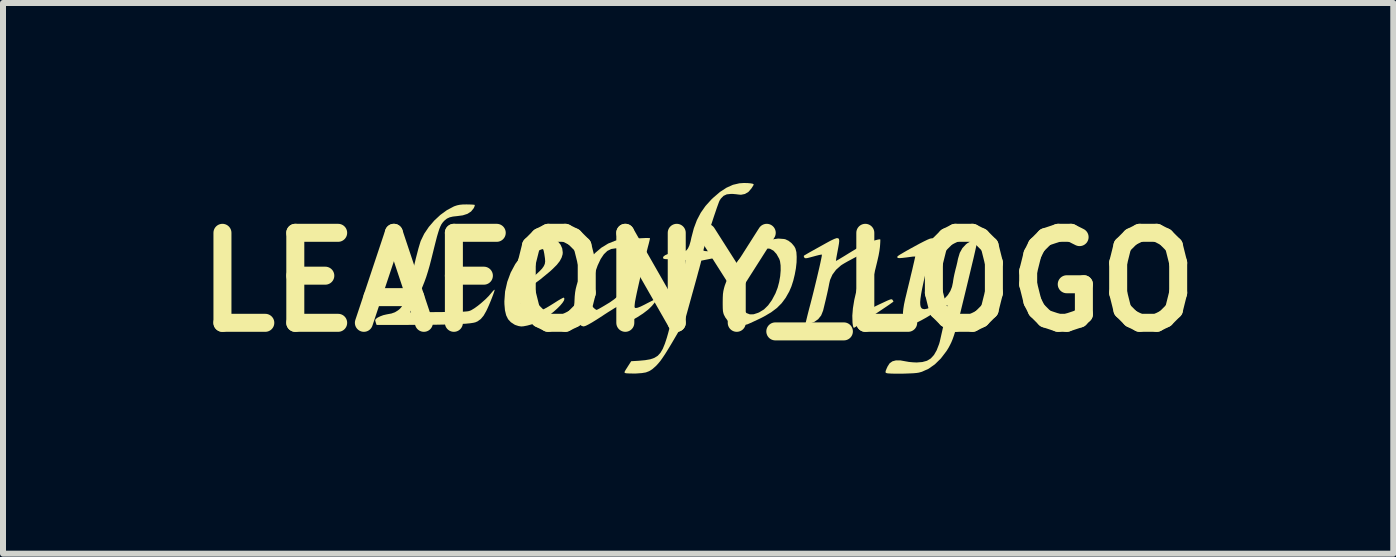
<source format=kicad_pcb>
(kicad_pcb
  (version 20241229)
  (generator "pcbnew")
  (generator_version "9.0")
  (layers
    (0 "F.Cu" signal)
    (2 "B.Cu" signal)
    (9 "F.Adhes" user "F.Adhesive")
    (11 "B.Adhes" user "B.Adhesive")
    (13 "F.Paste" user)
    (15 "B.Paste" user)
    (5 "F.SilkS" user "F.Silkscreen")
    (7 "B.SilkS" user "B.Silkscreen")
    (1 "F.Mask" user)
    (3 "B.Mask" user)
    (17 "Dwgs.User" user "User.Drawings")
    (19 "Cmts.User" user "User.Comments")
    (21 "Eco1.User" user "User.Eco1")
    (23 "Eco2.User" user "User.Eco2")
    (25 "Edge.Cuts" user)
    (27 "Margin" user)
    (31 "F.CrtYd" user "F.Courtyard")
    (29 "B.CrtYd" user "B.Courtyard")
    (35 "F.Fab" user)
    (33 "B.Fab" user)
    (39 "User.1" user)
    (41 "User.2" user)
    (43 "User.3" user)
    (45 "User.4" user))
  (footprint "LEAFONY_LOGO"
    (layer "F.Cu")
    (at 8.586 1.652)
    (property "Reference" "LEAFONY_LOGO" (at 0 0 0) (layer "F.SilkS") (effects (font (size 1.5 1.5) (thickness 0.3))))
    (attr board_only exclude_from_pos_files exclude_from_bom)
    (fp_poly (pts (xy 1.429 -0.719) (xy 1.453 -0.714) (xy 1.506 -0.689) (xy 1.558 -0.648) (xy 1.601 -0.597) (xy 1.621 -0.56) (xy 1.637 -0.5) (xy 1.642 -0.422) (xy 1.64 -0.33) (xy 1.629 -0.23) (xy 1.61 -0.127) (xy 1.585 -0.024) (xy 1.554 0.072) (xy 1.518 0.156) (xy 1.458 0.262) (xy 1.391 0.352) (xy 1.311 0.432) (xy 1.215 0.504) (xy 1.099 0.572) (xy 1.051 0.597) (xy 0.984 0.629) (xy 0.92 0.659) (xy 0.865 0.684) (xy 0.824 0.702) (xy 0.81 0.706) (xy 0.74 0.722) (xy 0.667 0.725) (xy 0.601 0.715) (xy 0.561 0.701) (xy 0.504 0.657) (xy 0.455 0.593) (xy 0.429 0.544) (xy 0.42 0.517) (xy 0.413 0.483) (xy 0.41 0.438) (xy 0.409 0.377) (xy 0.409 0.332) (xy 0.41 0.257) (xy 0.413 0.198) (xy 0.416 0.178) (xy 0.677 0.178) (xy 0.682 0.279) (xy 0.703 0.367) (xy 0.718 0.404) (xy 0.759 0.472) (xy 0.806 0.516) (xy 0.861 0.537) (xy 0.924 0.536) (xy 0.998 0.512) (xy 1.02 0.502) (xy 1.097 0.455) (xy 1.166 0.387) (xy 1.229 0.299) (xy 1.288 0.188) (xy 1.292 0.178) (xy 1.325 0.092) (xy 1.35 -0.002) (xy 1.367 -0.099) (xy 1.375 -0.193) (xy 1.374 -0.278) (xy 1.364 -0.35) (xy 1.351 -0.388) (xy 1.306 -0.468) (xy 1.255 -0.524) (xy 1.197 -0.556) (xy 1.134 -0.563) (xy 1.064 -0.547) (xy 1.043 -0.537) (xy 0.987 -0.5) (xy 0.928 -0.444) (xy 0.869 -0.372) (xy 0.814 -0.29) (xy 0.766 -0.203) (xy 0.743 -0.15) (xy 0.707 -0.041) (xy 0.685 0.07) (xy 0.677 0.178) (xy 0.416 0.178) (xy 0.42 0.149) (xy 0.431 0.101) (xy 0.443 0.059) (xy 0.503 -0.103) (xy 0.583 -0.249) (xy 0.681 -0.378) (xy 0.798 -0.491) (xy 0.932 -0.586) (xy 0.99 -0.618) (xy 1.114 -0.675) (xy 1.229 -0.711) (xy 1.334 -0.726)) (stroke (width 0) (type solid)) (fill yes) (layer "F.SilkS"))
    (fp_poly (pts (xy -2.444 -0.734) (xy -2.386 -0.712) (xy -2.334 -0.674) (xy -2.293 -0.623) (xy -2.266 -0.562) (xy -2.257 -0.496) (xy -2.259 -0.464) (xy -2.276 -0.408) (xy -2.307 -0.35) (xy -2.355 -0.289) (xy -2.422 -0.222) (xy -2.472 -0.176) (xy -2.631 -0.045) (xy -2.783 0.067) (xy -2.854 0.116) (xy -2.912 0.161) (xy -2.948 0.207) (xy -2.965 0.259) (xy -2.967 0.287) (xy -2.955 0.356) (xy -2.921 0.414) (xy -2.867 0.461) (xy -2.826 0.481) (xy -2.781 0.496) (xy -2.736 0.501) (xy -2.686 0.495) (xy -2.631 0.478) (xy -2.565 0.447) (xy -2.487 0.403) (xy -2.392 0.344) (xy -2.386 0.34) (xy -2.334 0.307) (xy -2.289 0.281) (xy -2.257 0.264) (xy -2.24 0.258) (xy -2.239 0.258) (xy -2.229 0.277) (xy -2.237 0.307) (xy -2.262 0.346) (xy -2.3 0.391) (xy -2.35 0.441) (xy -2.408 0.493) (xy -2.473 0.544) (xy -2.541 0.592) (xy -2.611 0.635) (xy -2.65 0.655) (xy -2.709 0.681) (xy -2.778 0.705) (xy -2.848 0.724) (xy -2.911 0.736) (xy -2.949 0.739) (xy -2.994 0.732) (xy -3.046 0.715) (xy -3.063 0.707) (xy -3.122 0.668) (xy -3.168 0.618) (xy -3.2 0.553) (xy -3.22 0.47) (xy -3.229 0.368) (xy -3.23 0.319) (xy -3.218 0.156) (xy -3.187 0.019) (xy -2.977 0.019) (xy -2.95 0.04) (xy -2.933 0.051) (xy -2.918 0.051) (xy -2.896 0.038) (xy -2.877 0.023) (xy -2.849 -0.000151) (xy -2.808 -0.035) (xy -2.759 -0.077) (xy -2.71 -0.12) (xy -2.647 -0.178) (xy -2.602 -0.225) (xy -2.573 -0.266) (xy -2.556 -0.304) (xy -2.55 -0.345) (xy -2.553 -0.392) (xy -2.555 -0.407) (xy -2.565 -0.474) (xy -2.574 -0.519) (xy -2.582 -0.544) (xy -2.59 -0.551) (xy -2.613 -0.545) (xy -2.651 -0.531) (xy -2.693 -0.513) (xy -2.732 -0.493) (xy -2.759 -0.476) (xy -2.763 -0.473) (xy -2.782 -0.447) (xy -2.807 -0.399) (xy -2.839 -0.33) (xy -2.876 -0.242) (xy -2.918 -0.135) (xy -2.934 -0.094) (xy -2.977 0.019) (xy -3.187 0.019) (xy -3.182 -0.004) (xy -3.125 -0.158) (xy -3.048 -0.302) (xy -2.951 -0.433) (xy -2.838 -0.549) (xy -2.803 -0.578) (xy -2.743 -0.621) (xy -2.675 -0.663) (xy -2.606 -0.698) (xy -2.544 -0.723) (xy -2.506 -0.734)) (stroke (width 0) (type solid)) (fill yes) (layer "F.SilkS"))
    (fp_poly (pts (xy -3.806 -1.294) (xy -3.761 -1.292) (xy -3.732 -1.289) (xy -3.724 -1.287) (xy -3.724 -1.272) (xy -3.735 -1.244) (xy -3.743 -1.229) (xy -3.785 -1.177) (xy -3.845 -1.138) (xy -3.923 -1.113) (xy -4.012 -1.101) (xy -4.086 -1.093) (xy -4.142 -1.08) (xy -4.187 -1.059) (xy -4.226 -1.028) (xy -4.239 -1.015) (xy -4.26 -0.991) (xy -4.279 -0.964) (xy -4.296 -0.93) (xy -4.314 -0.886) (xy -4.332 -0.83) (xy -4.353 -0.759) (xy -4.376 -0.67) (xy -4.404 -0.559) (xy -4.412 -0.526) (xy -4.446 -0.389) (xy -4.476 -0.273) (xy -4.505 -0.173) (xy -4.533 -0.084) (xy -4.563 -0.002) (xy -4.595 0.078) (xy -4.632 0.16) (xy -4.675 0.248) (xy -4.694 0.286) (xy -4.803 0.503) (xy -4.32 0.499) (xy -4.197 0.498) (xy -4.097 0.496) (xy -4.016 0.495) (xy -3.953 0.494) (xy -3.904 0.492) (xy -3.867 0.489) (xy -3.839 0.486) (xy -3.819 0.482) (xy -3.802 0.476) (xy -3.787 0.47) (xy -3.781 0.467) (xy -3.731 0.437) (xy -3.671 0.394) (xy -3.608 0.342) (xy -3.546 0.287) (xy -3.493 0.234) (xy -3.461 0.197) (xy -3.432 0.162) (xy -3.408 0.136) (xy -3.394 0.125) (xy -3.394 0.125) (xy -3.393 0.136) (xy -3.402 0.165) (xy -3.417 0.209) (xy -3.437 0.262) (xy -3.461 0.322) (xy -3.486 0.382) (xy -3.512 0.44) (xy -3.532 0.482) (xy -3.576 0.559) (xy -3.623 0.615) (xy -3.677 0.654) (xy -3.714 0.67) (xy -3.748 0.678) (xy -3.802 0.686) (xy -3.874 0.693) (xy -3.967 0.698) (xy -4.081 0.703) (xy -4.216 0.707) (xy -4.374 0.71) (xy -4.555 0.711) (xy -4.76 0.712) (xy -4.829 0.713) (xy -5.359 0.714) (xy -5.371 0.681) (xy -5.38 0.651) (xy -5.383 0.633) (xy -5.372 0.613) (xy -5.342 0.591) (xy -5.299 0.57) (xy -5.249 0.551) (xy -5.197 0.539) (xy -5.188 0.537) (xy -5.112 0.523) (xy -5.053 0.502) (xy -5.003 0.471) (xy -4.985 0.457) (xy -4.964 0.437) (xy -4.944 0.413) (xy -4.925 0.382) (xy -4.906 0.344) (xy -4.887 0.295) (xy -4.866 0.234) (xy -4.844 0.158) (xy -4.819 0.066) (xy -4.791 -0.044) (xy -4.759 -0.175) (xy -4.725 -0.313) (xy -4.704 -0.401) (xy -4.682 -0.485) (xy -4.662 -0.562) (xy -4.643 -0.626) (xy -4.629 -0.672) (xy -4.623 -0.689) (xy -4.566 -0.806) (xy -4.489 -0.92) (xy -4.398 -1.026) (xy -4.296 -1.121) (xy -4.187 -1.2) (xy -4.076 -1.259) (xy -4.06 -1.266) (xy -4.017 -1.28) (xy -3.974 -1.289) (xy -3.922 -1.294) (xy -3.86 -1.295)) (stroke (width 0) (type solid)) (fill yes) (layer "F.SilkS"))
    (fp_poly (pts (xy -0.809 -0.734) (xy -0.803 -0.732) (xy -0.805 -0.719) (xy -0.812 -0.687) (xy -0.824 -0.638) (xy -0.84 -0.578) (xy -0.849 -0.542) (xy -0.875 -0.446) (xy -0.901 -0.343) (xy -0.928 -0.234) (xy -0.954 -0.125) (xy -0.979 -0.017) (xy -1.002 0.085) (xy -1.023 0.179) (xy -1.04 0.262) (xy -1.053 0.33) (xy -1.061 0.379) (xy -1.064 0.407) (xy -1.058 0.426) (xy -1.04 0.432) (xy -1.007 0.426) (xy -0.958 0.407) (xy -0.891 0.374) (xy -0.857 0.356) (xy -0.8 0.327) (xy -0.752 0.303) (xy -0.716 0.286) (xy -0.696 0.278) (xy -0.694 0.278) (xy -0.696 0.293) (xy -0.711 0.321) (xy -0.737 0.356) (xy -0.77 0.396) (xy -0.807 0.433) (xy -0.836 0.46) (xy -0.92 0.524) (xy -1.014 0.585) (xy -1.111 0.639) (xy -1.204 0.683) (xy -1.288 0.713) (xy -1.305 0.718) (xy -1.321 0.722) (xy -1.331 0.721) (xy -1.337 0.712) (xy -1.338 0.691) (xy -1.336 0.655) (xy -1.331 0.599) (xy -1.328 0.563) (xy -1.323 0.494) (xy -1.327 0.447) (xy -1.338 0.421) (xy -1.355 0.413) (xy -1.369 0.42) (xy -1.401 0.438) (xy -1.447 0.467) (xy -1.505 0.503) (xy -1.57 0.545) (xy -1.595 0.562) (xy -1.691 0.624) (xy -1.769 0.672) (xy -1.829 0.706) (xy -1.873 0.728) (xy -1.903 0.737) (xy -1.914 0.738) (xy -1.931 0.733) (xy -1.947 0.727) (xy -1.99 0.698) (xy -2.023 0.651) (xy -2.046 0.584) (xy -2.06 0.497) (xy -2.064 0.389) (xy -2.062 0.326) (xy -2.059 0.264) (xy -1.8 0.264) (xy -1.799 0.324) (xy -1.791 0.361) (xy -1.774 0.39) (xy -1.748 0.422) (xy -1.72 0.448) (xy -1.697 0.462) (xy -1.692 0.463) (xy -1.678 0.457) (xy -1.647 0.441) (xy -1.605 0.417) (xy -1.564 0.393) (xy -1.473 0.338) (xy -1.402 0.288) (xy -1.346 0.241) (xy -1.303 0.191) (xy -1.269 0.136) (xy -1.241 0.07) (xy -1.215 -0.01) (xy -1.21 -0.025) (xy -1.197 -0.076) (xy -1.182 -0.139) (xy -1.167 -0.207) (xy -1.152 -0.278) (xy -1.139 -0.346) (xy -1.128 -0.408) (xy -1.121 -0.459) (xy -1.117 -0.493) (xy -1.118 -0.508) (xy -1.136 -0.517) (xy -1.172 -0.528) (xy -1.22 -0.539) (xy -1.272 -0.549) (xy -1.323 -0.558) (xy -1.364 -0.563) (xy -1.378 -0.563) (xy -1.449 -0.552) (xy -1.514 -0.52) (xy -1.572 -0.464) (xy -1.625 -0.385) (xy -1.674 -0.281) (xy -1.676 -0.276) (xy -1.708 -0.186) (xy -1.737 -0.09) (xy -1.761 0.007) (xy -1.781 0.101) (xy -1.794 0.188) (xy -1.8 0.264) (xy -2.059 0.264) (xy -2.058 0.241) (xy -2.051 0.174) (xy -2.041 0.115) (xy -2.026 0.056) (xy -2.023 0.044) (xy -1.968 -0.109) (xy -1.898 -0.249) (xy -1.814 -0.375) (xy -1.719 -0.484) (xy -1.613 -0.574) (xy -1.5 -0.643) (xy -1.38 -0.691) (xy -1.364 -0.695) (xy -1.333 -0.701) (xy -1.286 -0.707) (xy -1.225 -0.713) (xy -1.156 -0.719) (xy -1.083 -0.724) (xy -1.01 -0.729) (xy -0.942 -0.732) (xy -0.882 -0.735) (xy -0.837 -0.735)) (stroke (width 0) (type solid)) (fill yes) (layer "F.SilkS"))
    (fp_poly (pts (xy 0.824 -1.651) (xy 0.876 -1.646) (xy 0.911 -1.639) (xy 0.926 -1.629) (xy 0.926 -1.628) (xy 0.92 -1.613) (xy 0.903 -1.585) (xy 0.888 -1.562) (xy 0.838 -1.504) (xy 0.779 -1.469) (xy 0.714 -1.456) (xy 0.678 -1.459) (xy 0.631 -1.465) (xy 0.575 -1.47) (xy 0.545 -1.47) (xy 0.477 -1.463) (xy 0.423 -1.438) (xy 0.379 -1.393) (xy 0.358 -1.361) (xy 0.348 -1.339) (xy 0.333 -1.298) (xy 0.312 -1.24) (xy 0.288 -1.169) (xy 0.261 -1.09) (xy 0.233 -1.004) (xy 0.204 -0.916) (xy 0.176 -0.829) (xy 0.15 -0.746) (xy 0.128 -0.672) (xy 0.109 -0.609) (xy 0.095 -0.562) (xy 0.088 -0.533) (xy 0.088 -0.528) (xy 0.096 -0.522) (xy 0.124 -0.517) (xy 0.173 -0.514) (xy 0.244 -0.513) (xy 0.268 -0.513) (xy 0.448 -0.513) (xy 0.454 -0.479) (xy 0.458 -0.453) (xy 0.458 -0.441) (xy 0.445 -0.437) (xy 0.412 -0.43) (xy 0.362 -0.42) (xy 0.301 -0.407) (xy 0.253 -0.398) (xy 0.052 -0.358) (xy 0.038 -0.301) (xy 0.031 -0.276) (xy 0.019 -0.23) (xy 0.001 -0.166) (xy -0.02 -0.087) (xy -0.045 0.003) (xy -0.072 0.101) (xy -0.1 0.201) (xy -0.223 0.646) (xy -0.376 0.908) (xy -0.444 1.024) (xy -0.502 1.12) (xy -0.551 1.199) (xy -0.594 1.263) (xy -0.631 1.315) (xy -0.666 1.357) (xy -0.698 1.392) (xy -0.715 1.408) (xy -0.767 1.453) (xy -0.817 1.484) (xy -0.872 1.505) (xy -0.938 1.516) (xy -1.021 1.522) (xy -1.039 1.523) (xy -1.099 1.523) (xy -1.152 1.522) (xy -1.192 1.52) (xy -1.211 1.517) (xy -1.223 1.512) (xy -1.228 1.504) (xy -1.223 1.488) (xy -1.207 1.46) (xy -1.179 1.417) (xy -1.177 1.413) (xy -1.116 1.318) (xy -0.993 1.311) (xy -0.885 1.301) (xy -0.798 1.286) (xy -0.729 1.262) (xy -0.673 1.227) (xy -0.628 1.177) (xy -0.59 1.112) (xy -0.555 1.027) (xy -0.539 0.979) (xy -0.522 0.927) (xy -0.501 0.853) (xy -0.476 0.759) (xy -0.447 0.649) (xy -0.416 0.525) (xy -0.382 0.39) (xy -0.347 0.246) (xy -0.311 0.097) (xy -0.276 -0.056) (xy -0.257 -0.137) (xy -0.24 -0.21) (xy -0.225 -0.272) (xy -0.214 -0.319) (xy -0.207 -0.348) (xy -0.205 -0.353) (xy -0.205 -0.362) (xy -0.211 -0.368) (xy -0.228 -0.372) (xy -0.259 -0.375) (xy -0.308 -0.377) (xy -0.377 -0.378) (xy -0.39 -0.378) (xy -0.464 -0.38) (xy -0.515 -0.382) (xy -0.55 -0.384) (xy -0.57 -0.388) (xy -0.581 -0.394) (xy -0.585 -0.403) (xy -0.586 -0.408) (xy -0.577 -0.429) (xy -0.548 -0.45) (xy -0.503 -0.469) (xy -0.446 -0.483) (xy -0.383 -0.493) (xy -0.338 -0.495) (xy -0.278 -0.498) (xy -0.231 -0.509) (xy -0.196 -0.529) (xy -0.169 -0.563) (xy -0.146 -0.613) (xy -0.126 -0.682) (xy -0.113 -0.742) (xy -0.072 -0.898) (xy -0.021 -1.034) (xy 0.043 -1.156) (xy 0.122 -1.269) (xy 0.22 -1.377) (xy 0.254 -1.409) (xy 0.365 -1.504) (xy 0.473 -1.574) (xy 0.58 -1.622) (xy 0.687 -1.647) (xy 0.759 -1.652)) (stroke (width 0) (type solid)) (fill yes) (layer "F.SilkS"))
    (fp_poly (pts (xy 2.333 -0.732) (xy 2.347 -0.717) (xy 2.351 -0.686) (xy 2.346 -0.64) (xy 2.335 -0.577) (xy 2.323 -0.513) (xy 2.312 -0.454) (xy 2.303 -0.405) (xy 2.298 -0.37) (xy 2.296 -0.354) (xy 2.296 -0.353) (xy 2.308 -0.359) (xy 2.337 -0.375) (xy 2.38 -0.401) (xy 2.435 -0.434) (xy 2.498 -0.473) (xy 2.501 -0.475) (xy 2.57 -0.517) (xy 2.637 -0.557) (xy 2.698 -0.593) (xy 2.746 -0.621) (xy 2.775 -0.636) (xy 2.812 -0.652) (xy 2.86 -0.67) (xy 2.911 -0.686) (xy 2.96 -0.7) (xy 3.001 -0.71) (xy 3.028 -0.713) (xy 3.035 -0.712) (xy 3.036 -0.698) (xy 3.035 -0.665) (xy 3.032 -0.618) (xy 3.029 -0.582) (xy 3.021 -0.521) (xy 3.007 -0.443) (xy 2.985 -0.347) (xy 2.957 -0.231) (xy 2.928 -0.119) (xy 2.9 -0.01) (xy 2.877 0.079) (xy 2.86 0.151) (xy 2.848 0.211) (xy 2.84 0.261) (xy 2.835 0.306) (xy 2.832 0.341) (xy 2.826 0.463) (xy 3.025 0.368) (xy 3.096 0.335) (xy 3.149 0.31) (xy 3.185 0.295) (xy 3.21 0.287) (xy 3.225 0.286) (xy 3.234 0.29) (xy 3.239 0.296) (xy 3.252 0.316) (xy 3.254 0.325) (xy 3.244 0.333) (xy 3.216 0.353) (xy 3.174 0.383) (xy 3.119 0.42) (xy 3.055 0.463) (xy 2.986 0.509) (xy 2.915 0.557) (xy 2.844 0.604) (xy 2.776 0.649) (xy 2.715 0.688) (xy 2.663 0.721) (xy 2.625 0.746) (xy 2.602 0.759) (xy 2.597 0.761) (xy 2.588 0.755) (xy 2.58 0.73) (xy 2.573 0.683) (xy 2.572 0.667) (xy 2.569 0.56) (xy 2.579 0.437) (xy 2.602 0.296) (xy 2.639 0.136) (xy 2.642 0.125) (xy 2.661 0.048) (xy 2.681 -0.03) (xy 2.698 -0.101) (xy 2.712 -0.159) (xy 2.716 -0.175) (xy 2.728 -0.234) (xy 2.738 -0.295) (xy 2.746 -0.354) (xy 2.751 -0.407) (xy 2.753 -0.448) (xy 2.751 -0.471) (xy 2.747 -0.476) (xy 2.731 -0.47) (xy 2.698 -0.454) (xy 2.653 -0.431) (xy 2.599 -0.403) (xy 2.543 -0.373) (xy 2.487 -0.343) (xy 2.438 -0.315) (xy 2.4 -0.292) (xy 2.379 -0.278) (xy 2.298 -0.206) (xy 2.237 -0.124) (xy 2.198 -0.036) (xy 2.184 0.025) (xy 2.177 0.063) (xy 2.165 0.122) (xy 2.148 0.199) (xy 2.127 0.29) (xy 2.102 0.393) (xy 2.082 0.475) (xy 2.05 0.555) (xy 2 0.618) (xy 1.934 0.664) (xy 1.889 0.681) (xy 1.839 0.695) (xy 1.809 0.7) (xy 1.794 0.697) (xy 1.79 0.687) (xy 1.793 0.671) (xy 1.802 0.635) (xy 1.815 0.581) (xy 1.832 0.513) (xy 1.852 0.435) (xy 1.871 0.364) (xy 1.898 0.259) (xy 1.925 0.152) (xy 1.951 0.045) (xy 1.976 -0.058) (xy 1.999 -0.156) (xy 2.02 -0.245) (xy 2.037 -0.322) (xy 2.05 -0.384) (xy 2.059 -0.429) (xy 2.062 -0.455) (xy 2.061 -0.459) (xy 2.048 -0.458) (xy 2.015 -0.452) (xy 1.968 -0.44) (xy 1.92 -0.427) (xy 1.86 -0.411) (xy 1.82 -0.401) (xy 1.795 -0.398) (xy 1.78 -0.4) (xy 1.771 -0.407) (xy 1.768 -0.41) (xy 1.76 -0.431) (xy 1.763 -0.441) (xy 1.776 -0.449) (xy 1.808 -0.468) (xy 1.856 -0.496) (xy 1.917 -0.53) (xy 1.987 -0.569) (xy 2.041 -0.599) (xy 2.136 -0.652) (xy 2.21 -0.692) (xy 2.267 -0.719) (xy 2.307 -0.733)) (stroke (width 0) (type solid)) (fill yes) (layer "F.SilkS"))
    (fp_poly (pts (xy 3.908 -0.728) (xy 3.916 -0.718) (xy 3.918 -0.703) (xy 3.915 -0.685) (xy 3.907 -0.647) (xy 3.895 -0.591) (xy 3.878 -0.519) (xy 3.859 -0.436) (xy 3.837 -0.343) (xy 3.824 -0.292) (xy 3.787 -0.137) (xy 3.757 -0.004) (xy 3.733 0.108) (xy 3.716 0.2) (xy 3.705 0.275) (xy 3.7 0.335) (xy 3.702 0.38) (xy 3.709 0.412) (xy 3.722 0.434) (xy 3.741 0.446) (xy 3.766 0.45) (xy 3.773 0.451) (xy 3.819 0.442) (xy 3.878 0.42) (xy 3.943 0.386) (xy 4.01 0.345) (xy 4.073 0.3) (xy 4.126 0.254) (xy 4.162 0.214) (xy 4.203 0.148) (xy 4.23 0.08) (xy 4.247 0.001) (xy 4.249 -0.019) (xy 4.257 -0.067) (xy 4.269 -0.127) (xy 4.284 -0.19) (xy 4.288 -0.207) (xy 4.304 -0.268) (xy 4.319 -0.332) (xy 4.33 -0.387) (xy 4.333 -0.398) (xy 4.36 -0.488) (xy 4.404 -0.567) (xy 4.463 -0.63) (xy 4.486 -0.648) (xy 4.527 -0.671) (xy 4.571 -0.692) (xy 4.611 -0.706) (xy 4.641 -0.711) (xy 4.653 -0.709) (xy 4.653 -0.694) (xy 4.646 -0.656) (xy 4.633 -0.593) (xy 4.614 -0.507) (xy 4.589 -0.398) (xy 4.557 -0.265) (xy 4.52 -0.11) (xy 4.477 0.068) (xy 4.442 0.213) (xy 4.403 0.373) (xy 4.369 0.512) (xy 4.338 0.63) (xy 4.311 0.731) (xy 4.286 0.816) (xy 4.263 0.889) (xy 4.241 0.951) (xy 4.219 1.004) (xy 4.196 1.051) (xy 4.173 1.094) (xy 4.147 1.136) (xy 4.135 1.154) (xy 4.044 1.273) (xy 3.945 1.37) (xy 3.84 1.444) (xy 3.729 1.494) (xy 3.679 1.508) (xy 3.641 1.514) (xy 3.584 1.519) (xy 3.513 1.522) (xy 3.435 1.525) (xy 3.355 1.526) (xy 3.279 1.526) (xy 3.213 1.524) (xy 3.163 1.521) (xy 3.145 1.518) (xy 3.128 1.512) (xy 3.122 1.499) (xy 3.127 1.475) (xy 3.143 1.436) (xy 3.158 1.404) (xy 3.191 1.353) (xy 3.237 1.32) (xy 3.297 1.304) (xy 3.373 1.305) (xy 3.461 1.321) (xy 3.512 1.33) (xy 3.574 1.336) (xy 3.636 1.339) (xy 3.643 1.339) (xy 3.735 1.332) (xy 3.813 1.311) (xy 3.877 1.272) (xy 3.93 1.214) (xy 3.975 1.136) (xy 4.014 1.035) (xy 4.017 1.026) (xy 4.026 0.995) (xy 4.037 0.947) (xy 4.051 0.885) (xy 4.067 0.815) (xy 4.084 0.738) (xy 4.1 0.661) (xy 4.116 0.585) (xy 4.13 0.516) (xy 4.141 0.457) (xy 4.149 0.413) (xy 4.153 0.386) (xy 4.153 0.381) (xy 4.141 0.385) (xy 4.113 0.401) (xy 4.072 0.426) (xy 4.022 0.456) (xy 4.019 0.459) (xy 3.901 0.531) (xy 3.803 0.59) (xy 3.72 0.636) (xy 3.653 0.67) (xy 3.598 0.693) (xy 3.554 0.705) (xy 3.519 0.709) (xy 3.498 0.706) (xy 3.471 0.687) (xy 3.443 0.647) (xy 3.44 0.64) (xy 3.424 0.601) (xy 3.416 0.558) (xy 3.413 0.508) (xy 3.419 0.447) (xy 3.431 0.371) (xy 3.451 0.278) (xy 3.467 0.213) (xy 3.485 0.137) (xy 3.505 0.055) (xy 3.526 -0.031) (xy 3.546 -0.117) (xy 3.566 -0.198) (xy 3.583 -0.273) (xy 3.598 -0.337) (xy 3.609 -0.386) (xy 3.616 -0.417) (xy 3.618 -0.426) (xy 3.606 -0.427) (xy 3.575 -0.425) (xy 3.529 -0.419) (xy 3.477 -0.412) (xy 3.408 -0.404) (xy 3.361 -0.4) (xy 3.332 -0.402) (xy 3.319 -0.41) (xy 3.32 -0.425) (xy 3.321 -0.428) (xy 3.333 -0.438) (xy 3.364 -0.459) (xy 3.412 -0.487) (xy 3.472 -0.522) (xy 3.542 -0.561) (xy 3.599 -0.592) (xy 3.691 -0.642) (xy 3.765 -0.68) (xy 3.821 -0.707) (xy 3.862 -0.724) (xy 3.891 -0.73)) (stroke (width 0) (type solid)) (fill yes) (layer "F.SilkS")))
  (gr_rect
    (start -3 -3)
    (end 20.171 6.178)
    (stroke (width 0.1) (type default))
    (fill no)
    (layer "Edge.Cuts")))
</source>
